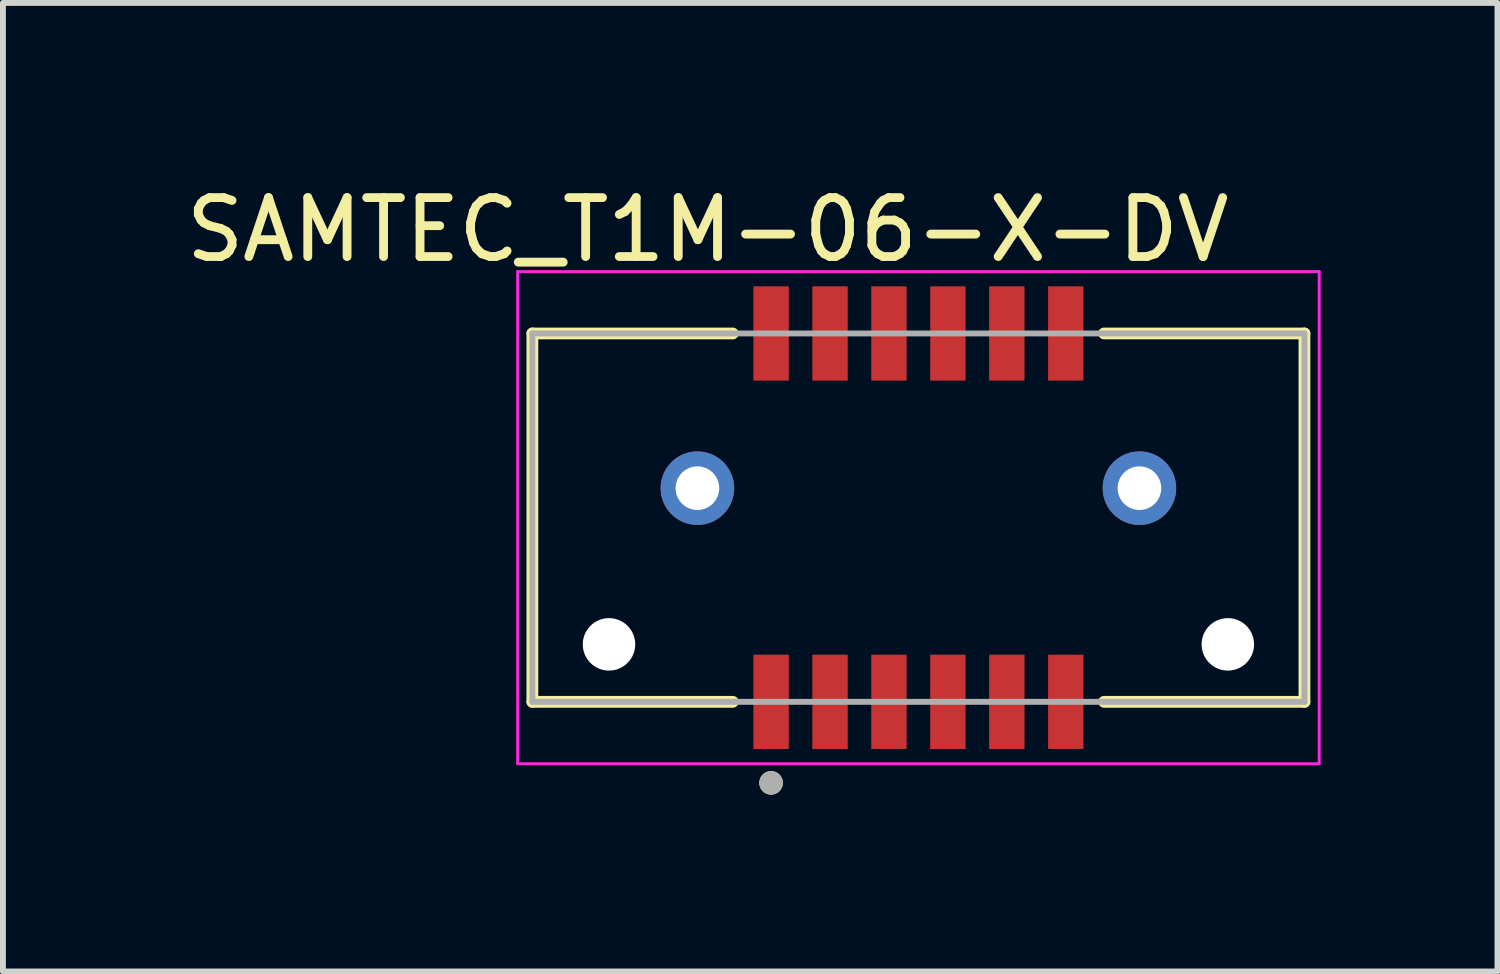
<source format=kicad_pcb>
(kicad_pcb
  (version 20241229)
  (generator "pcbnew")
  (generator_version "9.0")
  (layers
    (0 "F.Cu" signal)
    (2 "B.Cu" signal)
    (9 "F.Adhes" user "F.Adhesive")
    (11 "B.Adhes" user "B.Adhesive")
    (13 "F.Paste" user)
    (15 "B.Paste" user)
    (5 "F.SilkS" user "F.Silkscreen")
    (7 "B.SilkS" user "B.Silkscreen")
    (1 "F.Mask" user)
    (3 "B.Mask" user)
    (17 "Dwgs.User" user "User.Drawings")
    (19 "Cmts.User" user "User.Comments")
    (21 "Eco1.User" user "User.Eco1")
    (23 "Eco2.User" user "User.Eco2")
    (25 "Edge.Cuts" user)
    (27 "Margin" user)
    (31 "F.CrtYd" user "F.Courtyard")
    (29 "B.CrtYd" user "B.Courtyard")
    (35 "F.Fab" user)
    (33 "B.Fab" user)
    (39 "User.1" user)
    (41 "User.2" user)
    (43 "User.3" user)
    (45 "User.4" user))
  (footprint "SAMTEC_T1M-06-X-DV"
    (layer "F.Cu")
    (at 12.533 5.733)
    (property "Reference" "SAMTEC_T1M-06-X-DV" (at -3.575 -4.885 0) (layer "F.SilkS") (effects (font (size 1 1) (thickness 0.15))))
    (attr through_hole)
    (fp_line (start -6.55 -3.125) (end -3.15 -3.125) (stroke (width 0.2) (type solid)) (layer "F.SilkS"))
    (fp_line (start -6.55 3.125) (end -6.55 -3.125) (stroke (width 0.2) (type solid)) (layer "F.SilkS"))
    (fp_line (start -6.55 3.125) (end -3.15 3.125) (stroke (width 0.2) (type solid)) (layer "F.SilkS"))
    (fp_line (start 3.15 -3.125) (end 6.55 -3.125) (stroke (width 0.2) (type solid)) (layer "F.SilkS"))
    (fp_line (start 3.15 3.125) (end 6.55 3.125) (stroke (width 0.2) (type solid)) (layer "F.SilkS"))
    (fp_line (start 6.55 -3.125) (end 6.55 3.125) (stroke (width 0.2) (type solid)) (layer "F.SilkS"))
    (fp_circle (center -2.5 4.5) (end -2.4 4.5) (stroke (width 0.2) (type solid)) (fill no) (layer "F.SilkS"))
    (fp_circle (center -3.75 -0.5) (end -3.375 -0.5) (stroke (width 0.75) (type solid)) (fill no) (layer "F.Paste"))
    (fp_circle (center 3.75 -0.5) (end 4.125 -0.5) (stroke (width 0.75) (type solid)) (fill no) (layer "F.Paste"))
    (fp_line (start -6.8 -4.175) (end -6.8 4.175) (stroke (width 0.05) (type solid)) (layer "F.CrtYd"))
    (fp_line (start -6.8 4.175) (end 6.8 4.175) (stroke (width 0.05) (type solid)) (layer "F.CrtYd"))
    (fp_line (start 6.8 -4.175) (end -6.8 -4.175) (stroke (width 0.05) (type solid)) (layer "F.CrtYd"))
    (fp_line (start 6.8 4.175) (end 6.8 -4.175) (stroke (width 0.05) (type solid)) (layer "F.CrtYd"))
    (fp_line (start -6.55 -3.125) (end 6.55 -3.125) (stroke (width 0.1) (type solid)) (layer "F.Fab"))
    (fp_line (start -6.55 3.125) (end -6.55 -3.125) (stroke (width 0.1) (type solid)) (layer "F.Fab"))
    (fp_line (start 6.55 -3.125) (end 6.55 3.125) (stroke (width 0.1) (type solid)) (layer "F.Fab"))
    (fp_line (start 6.55 3.125) (end -6.55 3.125) (stroke (width 0.1) (type solid)) (layer "F.Fab"))
    (fp_circle (center -2.5 4.5) (end -2.4 4.5) (stroke (width 0.2) (type solid)) (fill no) (layer "F.Fab"))
    (pad "" np_thru_hole circle (at -5.25 2.15) (size 0.89 0.89) (drill 0.89) (layers "*.Cu" "*.Mask"))
    (pad "" np_thru_hole circle (at 5.25 2.15) (size 0.89 0.89) (drill 0.89) (layers "*.Cu" "*.Mask"))
    (pad "01" smd rect (at -2.5 3.125) (size 0.6 1.6) (layers "F.Cu" "F.Mask" "F.Paste"))
    (pad "02" smd rect (at -2.5 -3.125) (size 0.6 1.6) (layers "F.Cu" "F.Mask" "F.Paste"))
    (pad "03" smd rect (at -1.5 3.125) (size 0.6 1.6) (layers "F.Cu" "F.Mask" "F.Paste"))
    (pad "04" smd rect (at -1.5 -3.125) (size 0.6 1.6) (layers "F.Cu" "F.Mask" "F.Paste"))
    (pad "05" smd rect (at -0.5 3.125) (size 0.6 1.6) (layers "F.Cu" "F.Mask" "F.Paste"))
    (pad "06" smd rect (at -0.5 -3.125) (size 0.6 1.6) (layers "F.Cu" "F.Mask" "F.Paste"))
    (pad "07" smd rect (at 0.5 3.125) (size 0.6 1.6) (layers "F.Cu" "F.Mask" "F.Paste"))
    (pad "08" smd rect (at 0.5 -3.125) (size 0.6 1.6) (layers "F.Cu" "F.Mask" "F.Paste"))
    (pad "09" smd rect (at 1.5 3.125) (size 0.6 1.6) (layers "F.Cu" "F.Mask" "F.Paste"))
    (pad "10" smd rect (at 1.5 -3.125) (size 0.6 1.6) (layers "F.Cu" "F.Mask" "F.Paste"))
    (pad "11" smd rect (at 2.5 3.125) (size 0.6 1.6) (layers "F.Cu" "F.Mask" "F.Paste"))
    (pad "12" smd rect (at 2.5 -3.125) (size 0.6 1.6) (layers "F.Cu" "F.Mask" "F.Paste"))
    (pad "S1" thru_hole circle (at -3.75 -0.5) (size 1.248 1.248) (drill 0.74) (layers "*.Cu" "*.Mask"))
    (pad "S2" thru_hole circle (at 3.75 -0.5) (size 1.248 1.248) (drill 0.74) (layers "*.Cu" "*.Mask")))
  (gr_rect
    (start -3 -3)
    (end 22.358 13.433)
    (stroke (width 0.1) (type default))
    (fill no)
    (layer "Edge.Cuts")))
</source>
